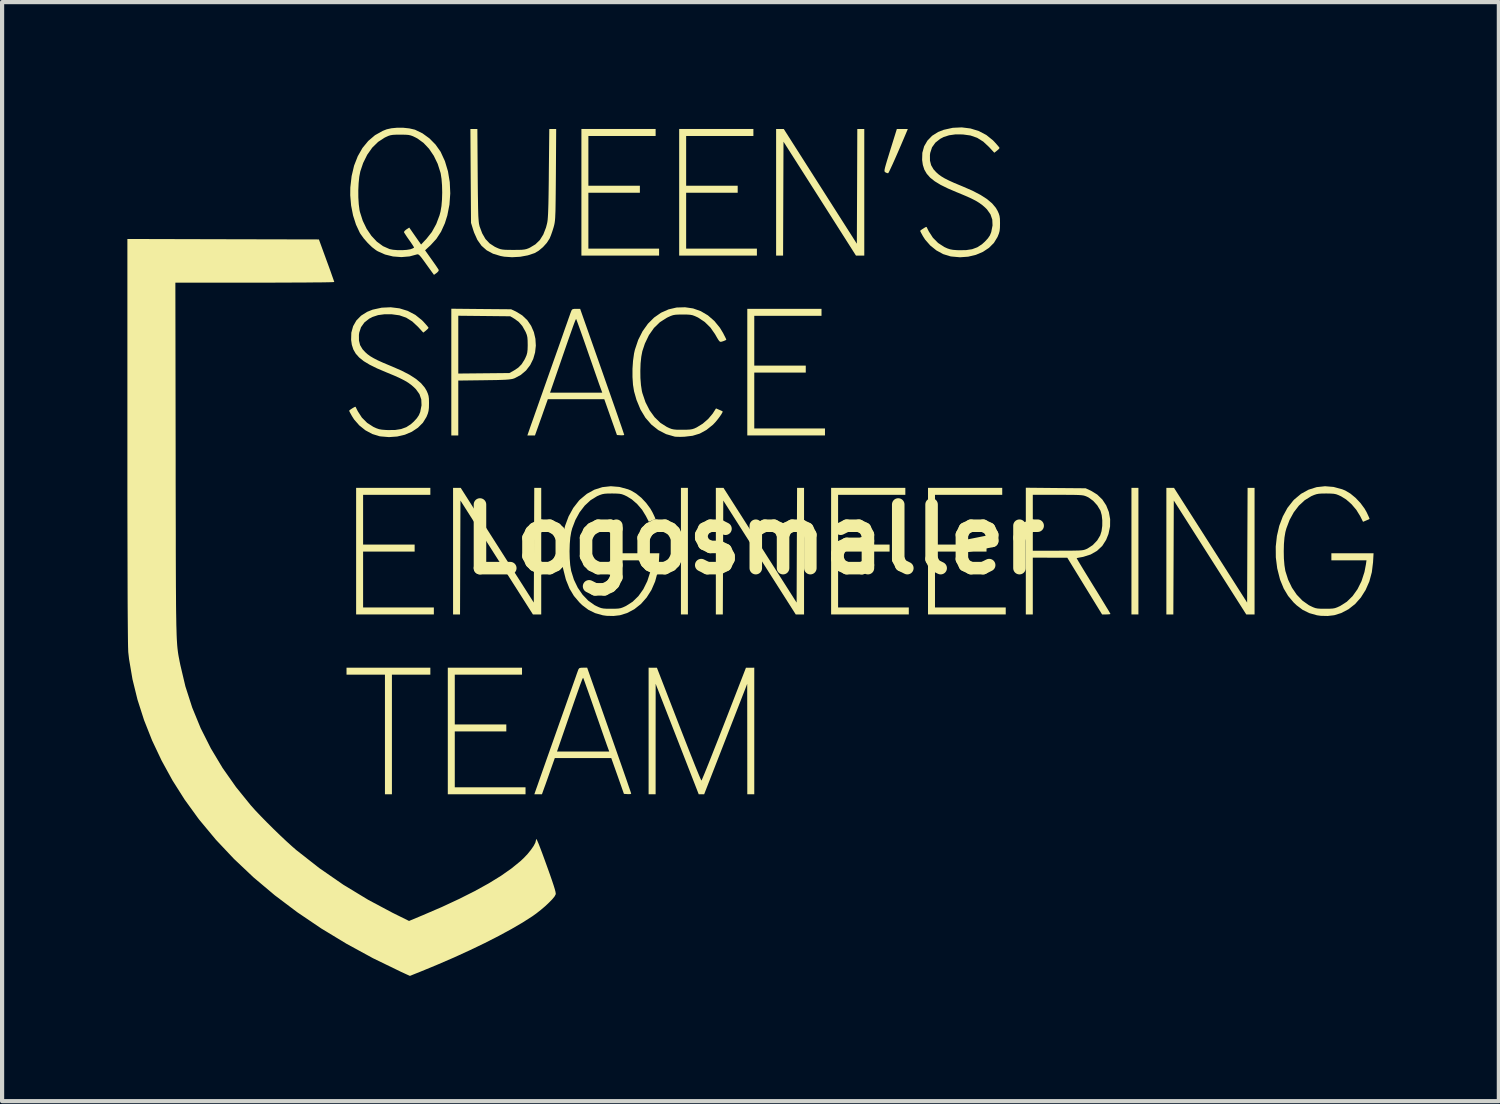
<source format=kicad_pcb>
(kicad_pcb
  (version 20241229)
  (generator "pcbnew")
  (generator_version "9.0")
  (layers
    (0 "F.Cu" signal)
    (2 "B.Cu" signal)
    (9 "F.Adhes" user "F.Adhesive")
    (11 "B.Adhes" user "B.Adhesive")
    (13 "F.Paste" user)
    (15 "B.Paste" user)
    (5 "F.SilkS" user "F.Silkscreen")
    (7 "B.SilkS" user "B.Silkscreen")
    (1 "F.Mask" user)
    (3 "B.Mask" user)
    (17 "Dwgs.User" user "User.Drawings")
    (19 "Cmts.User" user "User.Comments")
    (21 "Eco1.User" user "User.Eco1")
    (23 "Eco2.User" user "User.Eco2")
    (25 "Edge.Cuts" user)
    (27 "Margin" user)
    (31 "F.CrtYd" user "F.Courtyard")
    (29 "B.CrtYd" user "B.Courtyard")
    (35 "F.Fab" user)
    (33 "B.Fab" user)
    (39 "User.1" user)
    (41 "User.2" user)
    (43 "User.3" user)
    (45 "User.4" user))
  (footprint "Logosmaller"
    (layer "F.Cu")
    (at 15.01 9.864)
    (property "Reference" "Logosmaller" (at 0 0 0) (layer "F.SilkS") (effects (font (size 1.524 1.524) (thickness 0.3))))
    (attr board_only exclude_from_pos_files exclude_from_bom)
    (fp_poly (pts (xy -1.589 1.798) (xy -1.756 1.798) (xy -1.756 -1.233) (xy -1.589 -1.233)) (stroke (width 0) (type solid)) (fill yes) (layer "F.SilkS"))
    (fp_poly (pts (xy 9.198 1.798) (xy 9.031 1.798) (xy 9.031 -1.233) (xy 9.198 -1.233)) (stroke (width 0) (type solid)) (fill yes) (layer "F.SilkS"))
    (fp_poly (pts (xy -7.756 3.24) (xy -8.676 3.24) (xy -8.676 6.104) (xy -8.843 6.104) (xy -8.843 3.24) (xy -9.763 3.24) (xy -9.763 3.073) (xy -7.756 3.073)) (stroke (width 0) (type solid)) (fill yes) (layer "F.SilkS"))
    (fp_poly (pts (xy -7.756 -1.066) (xy -9.366 -1.066) (xy -9.366 0.125) (xy -8.132 0.125) (xy -8.132 0.293) (xy -9.366 0.293) (xy -9.366 1.631) (xy -7.672 1.631) (xy -7.672 1.798) (xy -9.533 1.798) (xy -9.533 -1.233) (xy -7.756 -1.233)) (stroke (width 0) (type solid)) (fill yes) (layer "F.SilkS"))
    (fp_poly (pts (xy -5.561 3.24) (xy -7.171 3.24) (xy -7.171 4.432) (xy -5.937 4.432) (xy -5.937 4.599) (xy -7.171 4.599) (xy -7.171 5.937) (xy -5.477 5.937) (xy -5.477 6.104) (xy -7.338 6.104) (xy -7.338 3.073) (xy -5.561 3.073)) (stroke (width 0) (type solid)) (fill yes) (layer "F.SilkS"))
    (fp_poly (pts (xy -2.362 -9.658) (xy -3.972 -9.658) (xy -3.972 -8.467) (xy -2.739 -8.467) (xy -2.739 -8.299) (xy -3.972 -8.299) (xy -3.972 -6.961) (xy -2.279 -6.961) (xy -2.279 -6.794) (xy -4.139 -6.794) (xy -4.139 -9.826) (xy -2.362 -9.826)) (stroke (width 0) (type solid)) (fill yes) (layer "F.SilkS"))
    (fp_poly (pts (xy -0.021 -9.658) (xy -1.631 -9.658) (xy -1.631 -8.467) (xy -0.397 -8.467) (xy -0.397 -8.299) (xy -1.631 -8.299) (xy -1.631 -6.961) (xy 0.063 -6.961) (xy 0.063 -6.794) (xy -1.798 -6.794) (xy -1.798 -9.826) (xy -0.021 -9.826)) (stroke (width 0) (type solid)) (fill yes) (layer "F.SilkS"))
    (fp_poly (pts (xy 1.61 -5.352) (xy 0 -5.352) (xy 0 -4.16) (xy 1.233 -4.16) (xy 1.233 -3.993) (xy 0 -3.993) (xy 0 -2.655) (xy 1.693 -2.655) (xy 1.693 -2.488) (xy -0.167 -2.488) (xy -0.167 -5.519) (xy 1.61 -5.519)) (stroke (width 0) (type solid)) (fill yes) (layer "F.SilkS"))
    (fp_poly (pts (xy 3.617 -1.066) (xy 2.007 -1.066) (xy 2.007 0.125) (xy 3.24 0.125) (xy 3.24 0.293) (xy 2.007 0.293) (xy 2.007 1.631) (xy 3.7 1.631) (xy 3.7 1.798) (xy 1.84 1.798) (xy 1.84 -1.233) (xy 3.617 -1.233)) (stroke (width 0) (type solid)) (fill yes) (layer "F.SilkS"))
    (fp_poly (pts (xy 5.937 -1.066) (xy 4.327 -1.066) (xy 4.327 0.125) (xy 5.561 0.125) (xy 5.561 0.293) (xy 4.327 0.293) (xy 4.327 1.631) (xy 6.021 1.631) (xy 6.021 1.798) (xy 4.16 1.798) (xy 4.16 -1.233) (xy 5.937 -1.233)) (stroke (width 0) (type solid)) (fill yes) (layer "F.SilkS"))
    (fp_poly (pts (xy -6.154 0.14) (xy -5.279 1.514) (xy -5.273 0.14) (xy -5.268 -1.233) (xy -5.101 -1.233) (xy -5.101 1.798) (xy -5.3 1.798) (xy -7.035 -0.929) (xy -7.04 0.434) (xy -7.045 1.798) (xy -7.212 1.798) (xy -7.212 -1.233) (xy -7.029 -1.233)) (stroke (width 0) (type solid)) (fill yes) (layer "F.SilkS"))
    (fp_poly (pts (xy 0.139 0.14) (xy 1.014 1.514) (xy 1.019 0.14) (xy 1.025 -1.233) (xy 1.192 -1.233) (xy 1.192 1.798) (xy 0.993 1.798) (xy 0.125 0.434) (xy -0.742 -0.929) (xy -0.753 1.798) (xy -0.92 1.798) (xy -0.92 -1.233) (xy -0.737 -1.233)) (stroke (width 0) (type solid)) (fill yes) (layer "F.SilkS"))
    (fp_poly (pts (xy 10.926 0.14) (xy 11.801 1.514) (xy 11.806 0.14) (xy 11.812 -1.233) (xy 11.979 -1.233) (xy 11.979 1.798) (xy 11.78 1.798) (xy 10.045 -0.929) (xy 10.04 0.434) (xy 10.034 1.798) (xy 9.867 1.798) (xy 9.867 -1.233) (xy 10.05 -1.233)) (stroke (width 0) (type solid)) (fill yes) (layer "F.SilkS"))
    (fp_poly (pts (xy 1.581 -8.452) (xy 2.456 -7.078) (xy 2.462 -8.452) (xy 2.467 -9.826) (xy 2.634 -9.826) (xy 2.634 -6.794) (xy 2.435 -6.794) (xy 1.568 -8.158) (xy 0.7 -9.521) (xy 0.695 -8.158) (xy 0.69 -6.794) (xy 0.523 -6.794) (xy 0.523 -9.826) (xy 0.706 -9.826)) (stroke (width 0) (type solid)) (fill yes) (layer "F.SilkS"))
    (fp_poly (pts (xy 3.613 -9.674) (xy 3.523 -9.463) (xy 3.442 -9.275) (xy 3.371 -9.113) (xy 3.311 -8.979) (xy 3.263 -8.876) (xy 3.229 -8.805) (xy 3.209 -8.77) (xy 3.205 -8.766) (xy 3.176 -8.771) (xy 3.143 -8.786) (xy 3.13 -8.795) (xy 3.121 -8.806) (xy 3.118 -8.826) (xy 3.121 -8.857) (xy 3.132 -8.906) (xy 3.152 -8.978) (xy 3.181 -9.076) (xy 3.221 -9.205) (xy 3.256 -9.319) (xy 3.414 -9.826) (xy 3.677 -9.826)) (stroke (width 0) (type solid)) (fill yes) (layer "F.SilkS"))
    (fp_poly (pts (xy 0 6.104) (xy -0.167 6.104) (xy -0.168 4.782) (xy -0.169 3.46) (xy -0.684 4.782) (xy -1.2 6.104) (xy -1.33 6.104) (xy -1.845 4.782) (xy -2.361 3.46) (xy -2.362 4.782) (xy -2.362 6.104) (xy -2.53 6.104) (xy -2.53 3.073) (xy -2.43 3.074) (xy -2.331 3.074) (xy -1.807 4.427) (xy -1.719 4.653) (xy -1.635 4.867) (xy -1.557 5.066) (xy -1.485 5.246) (xy -1.422 5.406) (xy -1.367 5.541) (xy -1.323 5.648) (xy -1.29 5.725) (xy -1.27 5.768) (xy -1.265 5.776) (xy -1.255 5.757) (xy -1.231 5.701) (xy -1.194 5.613) (xy -1.146 5.495) (xy -1.088 5.351) (xy -1.022 5.184) (xy -0.948 4.996) (xy -0.867 4.792) (xy -0.782 4.573) (xy -0.723 4.423) (xy -0.199 3.074) (xy -0.099 3.074) (xy 0 3.073)) (stroke (width 0) (type solid)) (fill yes) (layer "F.SilkS"))
    (fp_poly (pts (xy -6.538 -5.515) (xy -5.822 -5.509) (xy -5.703 -5.453) (xy -5.555 -5.362) (xy -5.434 -5.247) (xy -5.342 -5.111) (xy -5.277 -4.961) (xy -5.24 -4.802) (xy -5.23 -4.638) (xy -5.248 -4.475) (xy -5.293 -4.318) (xy -5.365 -4.173) (xy -5.464 -4.044) (xy -5.59 -3.937) (xy -5.742 -3.856) (xy -5.749 -3.854) (xy -5.782 -3.843) (xy -5.824 -3.835) (xy -5.88 -3.828) (xy -5.954 -3.822) (xy -6.051 -3.818) (xy -6.177 -3.814) (xy -6.336 -3.812) (xy -6.465 -3.81) (xy -7.087 -3.802) (xy -7.087 -2.488) (xy -7.254 -2.488) (xy -7.254 -5.354) (xy -7.087 -5.354) (xy -7.087 -3.97) (xy -6.475 -3.976) (xy -5.864 -3.982) (xy -5.752 -4.044) (xy -5.65 -4.112) (xy -5.571 -4.192) (xy -5.504 -4.298) (xy -5.479 -4.348) (xy -5.452 -4.411) (xy -5.436 -4.471) (xy -5.428 -4.54) (xy -5.425 -4.634) (xy -5.425 -4.662) (xy -5.427 -4.764) (xy -5.433 -4.838) (xy -5.447 -4.898) (xy -5.471 -4.959) (xy -5.479 -4.975) (xy -5.554 -5.108) (xy -5.641 -5.208) (xy -5.746 -5.284) (xy -5.843 -5.341) (xy -7.087 -5.354) (xy -7.254 -5.354) (xy -7.254 -5.522)) (stroke (width 0) (type solid)) (fill yes) (layer "F.SilkS"))
    (fp_poly (pts (xy -6.622 -8.723) (xy -6.62 -8.476) (xy -6.618 -8.266) (xy -6.615 -8.092) (xy -6.613 -7.948) (xy -6.61 -7.831) (xy -6.607 -7.738) (xy -6.602 -7.664) (xy -6.597 -7.607) (xy -6.592 -7.562) (xy -6.584 -7.525) (xy -6.577 -7.495) (xy -6.514 -7.326) (xy -6.436 -7.191) (xy -6.337 -7.086) (xy -6.214 -7.006) (xy -6.183 -6.991) (xy -6.127 -6.966) (xy -6.079 -6.949) (xy -6.028 -6.939) (xy -5.965 -6.933) (xy -5.879 -6.931) (xy -5.77 -6.93) (xy -5.653 -6.931) (xy -5.568 -6.933) (xy -5.506 -6.94) (xy -5.457 -6.95) (xy -5.41 -6.967) (xy -5.371 -6.985) (xy -5.24 -7.064) (xy -5.134 -7.167) (xy -5.051 -7.3) (xy -4.987 -7.465) (xy -4.962 -7.561) (xy -4.954 -7.601) (xy -4.947 -7.653) (xy -4.942 -7.718) (xy -4.937 -7.802) (xy -4.933 -7.907) (xy -4.929 -8.037) (xy -4.926 -8.196) (xy -4.923 -8.387) (xy -4.92 -8.615) (xy -4.919 -8.765) (xy -4.908 -9.826) (xy -4.743 -9.826) (xy -4.75 -8.733) (xy -4.752 -8.491) (xy -4.754 -8.286) (xy -4.756 -8.116) (xy -4.758 -7.975) (xy -4.76 -7.861) (xy -4.764 -7.77) (xy -4.767 -7.696) (xy -4.772 -7.638) (xy -4.778 -7.59) (xy -4.785 -7.55) (xy -4.794 -7.512) (xy -4.804 -7.474) (xy -4.834 -7.378) (xy -4.868 -7.281) (xy -4.9 -7.204) (xy -4.903 -7.199) (xy -4.968 -7.098) (xy -5.059 -6.997) (xy -5.162 -6.911) (xy -5.259 -6.854) (xy -5.421 -6.8) (xy -5.606 -6.766) (xy -5.799 -6.755) (xy -5.987 -6.768) (xy -6.073 -6.784) (xy -6.255 -6.839) (xy -6.406 -6.92) (xy -6.53 -7.029) (xy -6.63 -7.17) (xy -6.708 -7.344) (xy -6.729 -7.406) (xy -6.782 -7.578) (xy -6.79 -8.702) (xy -6.797 -9.826) (xy -6.63 -9.826)) (stroke (width 0) (type solid)) (fill yes) (layer "F.SilkS"))
    (fp_poly (pts (xy 7.218 -1.229) (xy 7.934 -1.223) (xy 8.064 -1.163) (xy 8.212 -1.072) (xy 8.334 -0.954) (xy 8.427 -0.813) (xy 8.49 -0.655) (xy 8.521 -0.484) (xy 8.519 -0.307) (xy 8.481 -0.128) (xy 8.425 0.012) (xy 8.332 0.158) (xy 8.207 0.275) (xy 8.056 0.362) (xy 7.88 0.418) (xy 7.851 0.424) (xy 7.784 0.436) (xy 7.736 0.446) (xy 7.719 0.45) (xy 7.728 0.468) (xy 7.757 0.518) (xy 7.803 0.595) (xy 7.864 0.696) (xy 7.938 0.817) (xy 8.022 0.954) (xy 8.113 1.102) (xy 8.121 1.115) (xy 8.214 1.265) (xy 8.299 1.404) (xy 8.374 1.527) (xy 8.437 1.631) (xy 8.486 1.711) (xy 8.517 1.765) (xy 8.529 1.787) (xy 8.529 1.787) (xy 8.511 1.793) (xy 8.463 1.797) (xy 8.428 1.798) (xy 8.328 1.798) (xy 7.911 1.119) (xy 7.495 0.44) (xy 6.669 0.439) (xy 6.669 1.798) (xy 6.502 1.798) (xy 6.502 -1.066) (xy 6.669 -1.066) (xy 6.669 0.272) (xy 7.27 0.272) (xy 7.444 0.271) (xy 7.582 0.271) (xy 7.689 0.269) (xy 7.77 0.267) (xy 7.831 0.263) (xy 7.876 0.257) (xy 7.911 0.248) (xy 7.941 0.237) (xy 7.973 0.223) (xy 7.975 0.222) (xy 8.103 0.139) (xy 8.211 0.026) (xy 8.283 -0.094) (xy 8.315 -0.197) (xy 8.332 -0.322) (xy 8.333 -0.455) (xy 8.319 -0.581) (xy 8.29 -0.685) (xy 8.286 -0.692) (xy 8.212 -0.815) (xy 8.115 -0.922) (xy 8.005 -1.002) (xy 7.975 -1.017) (xy 7.944 -1.031) (xy 7.913 -1.042) (xy 7.878 -1.051) (xy 7.833 -1.057) (xy 7.772 -1.061) (xy 7.692 -1.064) (xy 7.586 -1.065) (xy 7.448 -1.066) (xy 7.275 -1.066) (xy 7.27 -1.066) (xy 6.669 -1.066) (xy 6.502 -1.066) (xy 6.502 -1.236)) (stroke (width 0) (type solid)) (fill yes) (layer "F.SilkS"))
    (fp_poly (pts (xy -3.641 -4.019) (xy -3.557 -3.779) (xy -3.477 -3.551) (xy -3.402 -3.337) (xy -3.333 -3.14) (xy -3.272 -2.965) (xy -3.22 -2.813) (xy -3.176 -2.687) (xy -3.144 -2.592) (xy -3.123 -2.529) (xy -3.114 -2.503) (xy -3.114 -2.502) (xy -3.133 -2.493) (xy -3.18 -2.491) (xy -3.202 -2.492) (xy -3.288 -2.498) (xy -3.44 -2.927) (xy -3.591 -3.355) (xy -4.943 -3.355) (xy -5.043 -3.073) (xy -5.084 -2.955) (xy -5.127 -2.836) (xy -5.165 -2.729) (xy -5.194 -2.647) (xy -5.197 -2.639) (xy -5.251 -2.488) (xy -5.433 -2.488) (xy -5.384 -2.629) (xy -5.369 -2.673) (xy -5.341 -2.753) (xy -5.301 -2.865) (xy -5.252 -3.005) (xy -5.194 -3.169) (xy -5.129 -3.354) (xy -5.073 -3.512) (xy -4.89 -3.512) (xy -3.64 -3.512) (xy -3.699 -3.674) (xy -3.72 -3.732) (xy -3.752 -3.824) (xy -3.794 -3.944) (xy -3.843 -4.085) (xy -3.898 -4.243) (xy -3.957 -4.411) (xy -4.004 -4.547) (xy -4.061 -4.711) (xy -4.114 -4.862) (xy -4.162 -4.997) (xy -4.202 -5.109) (xy -4.234 -5.196) (xy -4.255 -5.252) (xy -4.263 -5.273) (xy -4.267 -5.273) (xy -4.273 -5.266) (xy -4.282 -5.248) (xy -4.295 -5.216) (xy -4.313 -5.169) (xy -4.338 -5.102) (xy -4.369 -5.014) (xy -4.409 -4.901) (xy -4.458 -4.762) (xy -4.517 -4.592) (xy -4.587 -4.39) (xy -4.669 -4.152) (xy -4.715 -4.019) (xy -4.89 -3.512) (xy -5.073 -3.512) (xy -5.058 -3.555) (xy -4.982 -3.77) (xy -4.903 -3.994) (xy -4.881 -4.056) (xy -4.802 -4.28) (xy -4.726 -4.494) (xy -4.655 -4.695) (xy -4.59 -4.88) (xy -4.533 -5.044) (xy -4.483 -5.184) (xy -4.444 -5.296) (xy -4.415 -5.377) (xy -4.399 -5.423) (xy -4.396 -5.43) (xy -4.375 -5.484) (xy -4.352 -5.51) (xy -4.312 -5.518) (xy -4.267 -5.519) (xy -4.169 -5.519)) (stroke (width 0) (type solid)) (fill yes) (layer "F.SilkS"))
    (fp_poly (pts (xy -3.474 4.573) (xy -3.39 4.813) (xy -3.31 5.041) (xy -3.235 5.255) (xy -3.166 5.452) (xy -3.105 5.627) (xy -3.052 5.779) (xy -3.009 5.905) (xy -2.976 6) (xy -2.955 6.063) (xy -2.947 6.089) (xy -2.947 6.09) (xy -2.966 6.099) (xy -3.013 6.101) (xy -3.034 6.1) (xy -3.121 6.094) (xy -3.272 5.665) (xy -3.424 5.237) (xy -4.776 5.237) (xy -4.876 5.519) (xy -4.917 5.637) (xy -4.959 5.756) (xy -4.997 5.863) (xy -5.027 5.945) (xy -5.03 5.953) (xy -5.084 6.104) (xy -5.266 6.104) (xy -5.217 5.963) (xy -5.201 5.919) (xy -5.173 5.839) (xy -5.134 5.727) (xy -5.085 5.588) (xy -5.027 5.423) (xy -4.962 5.238) (xy -4.906 5.08) (xy -4.723 5.08) (xy -3.473 5.08) (xy -3.532 4.918) (xy -3.552 4.86) (xy -3.585 4.768) (xy -3.627 4.648) (xy -3.676 4.507) (xy -3.731 4.349) (xy -3.79 4.181) (xy -3.837 4.045) (xy -3.894 3.881) (xy -3.947 3.73) (xy -3.995 3.595) (xy -4.035 3.483) (xy -4.066 3.396) (xy -4.087 3.34) (xy -4.096 3.319) (xy -4.1 3.319) (xy -4.106 3.326) (xy -4.115 3.344) (xy -4.128 3.376) (xy -4.146 3.424) (xy -4.171 3.49) (xy -4.202 3.578) (xy -4.242 3.691) (xy -4.291 3.83) (xy -4.35 4) (xy -4.42 4.202) (xy -4.502 4.44) (xy -4.548 4.573) (xy -4.723 5.08) (xy -4.906 5.08) (xy -4.891 5.037) (xy -4.815 4.822) (xy -4.736 4.598) (xy -4.714 4.536) (xy -4.635 4.312) (xy -4.559 4.098) (xy -4.488 3.897) (xy -4.423 3.712) (xy -4.365 3.548) (xy -4.316 3.409) (xy -4.276 3.296) (xy -4.248 3.215) (xy -4.231 3.169) (xy -4.229 3.162) (xy -4.208 3.108) (xy -4.185 3.082) (xy -4.145 3.074) (xy -4.1 3.073) (xy -4.001 3.073)) (stroke (width 0) (type solid)) (fill yes) (layer "F.SilkS"))
    (fp_poly (pts (xy -3.229 -1.255) (xy -3.024 -1.199) (xy -2.951 -1.169) (xy -2.828 -1.096) (xy -2.703 -0.994) (xy -2.587 -0.87) (xy -2.488 -0.736) (xy -2.439 -0.65) (xy -2.404 -0.578) (xy -2.379 -0.523) (xy -2.368 -0.492) (xy -2.368 -0.489) (xy -2.39 -0.477) (xy -2.436 -0.457) (xy -2.45 -0.451) (xy -2.524 -0.42) (xy -2.595 -0.559) (xy -2.686 -0.708) (xy -2.802 -0.843) (xy -2.931 -0.956) (xy -3.049 -1.029) (xy -3.114 -1.06) (xy -3.169 -1.08) (xy -3.224 -1.091) (xy -3.294 -1.096) (xy -3.392 -1.098) (xy -3.407 -1.098) (xy -3.509 -1.097) (xy -3.583 -1.092) (xy -3.641 -1.081) (xy -3.697 -1.062) (xy -3.764 -1.033) (xy -3.769 -1.03) (xy -3.921 -0.936) (xy -4.06 -0.807) (xy -4.182 -0.648) (xy -4.283 -0.464) (xy -4.36 -0.262) (xy -4.383 -0.174) (xy -4.405 -0.044) (xy -4.418 0.114) (xy -4.423 0.285) (xy -4.419 0.458) (xy -4.407 0.617) (xy -4.385 0.75) (xy -4.383 0.759) (xy -4.318 0.967) (xy -4.226 1.158) (xy -4.11 1.327) (xy -3.976 1.467) (xy -3.826 1.574) (xy -3.787 1.594) (xy -3.721 1.625) (xy -3.667 1.645) (xy -3.611 1.656) (xy -3.541 1.661) (xy -3.444 1.662) (xy -3.428 1.662) (xy -3.327 1.661) (xy -3.254 1.657) (xy -3.197 1.647) (xy -3.143 1.628) (xy -3.08 1.599) (xy -3.07 1.594) (xy -2.913 1.494) (xy -2.774 1.359) (xy -2.656 1.193) (xy -2.561 1) (xy -2.491 0.783) (xy -2.455 0.601) (xy -2.441 0.502) (xy -3.282 0.502) (xy -3.282 0.334) (xy -2.273 0.334) (xy -2.284 0.549) (xy -2.314 0.786) (xy -2.374 1.009) (xy -2.462 1.212) (xy -2.577 1.393) (xy -2.714 1.548) (xy -2.872 1.673) (xy -3.047 1.765) (xy -3.215 1.817) (xy -3.372 1.835) (xy -3.536 1.831) (xy -3.627 1.818) (xy -3.812 1.766) (xy -3.972 1.687) (xy -4.119 1.576) (xy -4.185 1.512) (xy -4.319 1.354) (xy -4.424 1.178) (xy -4.506 0.976) (xy -4.514 0.951) (xy -4.579 0.694) (xy -4.612 0.433) (xy -4.614 0.173) (xy -4.587 -0.081) (xy -4.53 -0.323) (xy -4.446 -0.548) (xy -4.334 -0.752) (xy -4.197 -0.928) (xy -4.171 -0.954) (xy -4.008 -1.09) (xy -3.828 -1.189) (xy -3.636 -1.25) (xy -3.435 -1.272)) (stroke (width 0) (type solid)) (fill yes) (layer "F.SilkS"))
    (fp_poly (pts (xy 13.871 -1.255) (xy 14.077 -1.199) (xy 14.15 -1.169) (xy 14.273 -1.096) (xy 14.397 -0.994) (xy 14.514 -0.87) (xy 14.613 -0.736) (xy 14.662 -0.65) (xy 14.696 -0.578) (xy 14.721 -0.523) (xy 14.732 -0.492) (xy 14.732 -0.489) (xy 14.711 -0.477) (xy 14.665 -0.457) (xy 14.651 -0.451) (xy 14.576 -0.42) (xy 14.506 -0.559) (xy 14.414 -0.708) (xy 14.299 -0.843) (xy 14.17 -0.956) (xy 14.052 -1.029) (xy 13.986 -1.06) (xy 13.932 -1.08) (xy 13.876 -1.091) (xy 13.806 -1.096) (xy 13.709 -1.098) (xy 13.693 -1.098) (xy 13.591 -1.097) (xy 13.517 -1.092) (xy 13.459 -1.081) (xy 13.403 -1.062) (xy 13.336 -1.033) (xy 13.331 -1.03) (xy 13.179 -0.936) (xy 13.04 -0.807) (xy 12.918 -0.648) (xy 12.817 -0.464) (xy 12.741 -0.262) (xy 12.717 -0.174) (xy 12.695 -0.044) (xy 12.682 0.114) (xy 12.678 0.285) (xy 12.681 0.458) (xy 12.694 0.617) (xy 12.715 0.75) (xy 12.717 0.759) (xy 12.783 0.967) (xy 12.875 1.158) (xy 12.99 1.327) (xy 13.125 1.467) (xy 13.275 1.574) (xy 13.314 1.594) (xy 13.379 1.625) (xy 13.433 1.645) (xy 13.489 1.656) (xy 13.559 1.661) (xy 13.656 1.662) (xy 13.672 1.662) (xy 13.774 1.661) (xy 13.847 1.657) (xy 13.904 1.647) (xy 13.957 1.628) (xy 14.021 1.599) (xy 14.031 1.594) (xy 14.188 1.494) (xy 14.326 1.359) (xy 14.444 1.193) (xy 14.54 1) (xy 14.61 0.783) (xy 14.645 0.601) (xy 14.659 0.502) (xy 13.818 0.502) (xy 13.818 0.334) (xy 14.828 0.334) (xy 14.816 0.549) (xy 14.787 0.786) (xy 14.727 1.009) (xy 14.638 1.212) (xy 14.524 1.393) (xy 14.387 1.548) (xy 14.229 1.673) (xy 14.053 1.765) (xy 13.885 1.817) (xy 13.729 1.835) (xy 13.565 1.831) (xy 13.473 1.818) (xy 13.289 1.766) (xy 13.129 1.687) (xy 12.982 1.576) (xy 12.915 1.512) (xy 12.782 1.354) (xy 12.677 1.178) (xy 12.594 0.976) (xy 12.586 0.951) (xy 12.521 0.694) (xy 12.488 0.433) (xy 12.486 0.173) (xy 12.514 -0.081) (xy 12.57 -0.323) (xy 12.655 -0.548) (xy 12.766 -0.752) (xy 12.904 -0.928) (xy 12.929 -0.954) (xy 13.092 -1.09) (xy 13.272 -1.189) (xy 13.465 -1.25) (xy 13.666 -1.272)) (stroke (width 0) (type solid)) (fill yes) (layer "F.SilkS"))
    (fp_poly (pts (xy -1.465 -5.529) (xy -1.281 -5.464) (xy -1.11 -5.363) (xy -0.955 -5.228) (xy -0.822 -5.065) (xy -0.747 -4.941) (xy -0.711 -4.87) (xy -0.683 -4.815) (xy -0.67 -4.784) (xy -0.669 -4.781) (xy -0.687 -4.768) (xy -0.731 -4.749) (xy -0.746 -4.744) (xy -0.782 -4.733) (xy -0.808 -4.729) (xy -0.831 -4.74) (xy -0.856 -4.771) (xy -0.89 -4.826) (xy -0.939 -4.912) (xy -0.94 -4.914) (xy -1.05 -5.071) (xy -1.185 -5.204) (xy -1.338 -5.306) (xy -1.356 -5.316) (xy -1.422 -5.346) (xy -1.476 -5.366) (xy -1.531 -5.377) (xy -1.601 -5.382) (xy -1.698 -5.383) (xy -1.715 -5.383) (xy -1.816 -5.382) (xy -1.888 -5.378) (xy -1.945 -5.368) (xy -2 -5.349) (xy -2.066 -5.319) (xy -2.096 -5.304) (xy -2.258 -5.201) (xy -2.401 -5.062) (xy -2.522 -4.89) (xy -2.619 -4.688) (xy -2.68 -4.505) (xy -2.705 -4.374) (xy -2.722 -4.214) (xy -2.728 -4.039) (xy -2.726 -3.862) (xy -2.713 -3.695) (xy -2.691 -3.551) (xy -2.679 -3.502) (xy -2.605 -3.284) (xy -2.506 -3.09) (xy -2.386 -2.924) (xy -2.248 -2.79) (xy -2.094 -2.692) (xy -2.094 -2.692) (xy -2.03 -2.662) (xy -1.977 -2.642) (xy -1.923 -2.631) (xy -1.856 -2.625) (xy -1.763 -2.624) (xy -1.725 -2.624) (xy -1.62 -2.625) (xy -1.544 -2.629) (xy -1.487 -2.638) (xy -1.436 -2.654) (xy -1.38 -2.68) (xy -1.376 -2.682) (xy -1.235 -2.769) (xy -1.104 -2.882) (xy -0.997 -3.009) (xy -0.983 -3.031) (xy -0.916 -3.135) (xy -0.841 -3.103) (xy -0.79 -3.081) (xy -0.76 -3.066) (xy -0.757 -3.063) (xy -0.762 -3.041) (xy -0.787 -2.996) (xy -0.828 -2.936) (xy -0.878 -2.87) (xy -0.931 -2.806) (xy -0.98 -2.754) (xy -0.991 -2.743) (xy -1.146 -2.619) (xy -1.305 -2.532) (xy -1.477 -2.48) (xy -1.671 -2.457) (xy -1.672 -2.457) (xy -1.761 -2.454) (xy -1.839 -2.455) (xy -1.894 -2.458) (xy -1.902 -2.459) (xy -2.111 -2.519) (xy -2.298 -2.616) (xy -2.463 -2.747) (xy -2.606 -2.911) (xy -2.725 -3.109) (xy -2.82 -3.339) (xy -2.878 -3.543) (xy -2.904 -3.702) (xy -2.916 -3.887) (xy -2.916 -4.083) (xy -2.903 -4.276) (xy -2.878 -4.453) (xy -2.858 -4.541) (xy -2.779 -4.776) (xy -2.674 -4.984) (xy -2.546 -5.163) (xy -2.399 -5.31) (xy -2.233 -5.426) (xy -2.053 -5.506) (xy -1.86 -5.551) (xy -1.657 -5.557)) (stroke (width 0) (type solid)) (fill yes) (layer "F.SilkS"))
    (fp_poly (pts (xy -8.495 -5.531) (xy -8.297 -5.47) (xy -8.116 -5.375) (xy -7.957 -5.247) (xy -7.925 -5.215) (xy -7.869 -5.153) (xy -7.825 -5.102) (xy -7.801 -5.07) (xy -7.799 -5.064) (xy -7.815 -5.042) (xy -7.852 -5.008) (xy -7.862 -4.999) (xy -7.925 -4.95) (xy -8.051 -5.088) (xy -8.189 -5.217) (xy -8.335 -5.308) (xy -8.496 -5.364) (xy -8.679 -5.389) (xy -8.68 -5.389) (xy -8.858 -5.389) (xy -9.007 -5.369) (xy -9.138 -5.326) (xy -9.221 -5.283) (xy -9.336 -5.192) (xy -9.416 -5.079) (xy -9.459 -4.948) (xy -9.466 -4.895) (xy -9.465 -4.761) (xy -9.438 -4.651) (xy -9.38 -4.553) (xy -9.317 -4.484) (xy -9.259 -4.432) (xy -9.193 -4.384) (xy -9.113 -4.337) (xy -9.014 -4.286) (xy -8.89 -4.23) (xy -8.733 -4.164) (xy -8.68 -4.142) (xy -8.448 -4.041) (xy -8.256 -3.942) (xy -8.1 -3.841) (xy -7.979 -3.739) (xy -7.889 -3.632) (xy -7.846 -3.559) (xy -7.817 -3.493) (xy -7.799 -3.435) (xy -7.79 -3.369) (xy -7.788 -3.28) (xy -7.788 -3.251) (xy -7.79 -3.151) (xy -7.799 -3.076) (xy -7.816 -3.011) (xy -7.845 -2.94) (xy -7.848 -2.932) (xy -7.934 -2.792) (xy -8.053 -2.673) (xy -8.199 -2.576) (xy -8.366 -2.505) (xy -8.55 -2.462) (xy -8.746 -2.448) (xy -8.948 -2.465) (xy -8.979 -2.47) (xy -9.148 -2.523) (xy -9.311 -2.611) (xy -9.458 -2.729) (xy -9.582 -2.871) (xy -9.634 -2.953) (xy -9.668 -3.014) (xy -9.692 -3.06) (xy -9.7 -3.079) (xy -9.685 -3.096) (xy -9.648 -3.122) (xy -9.604 -3.15) (xy -9.566 -3.17) (xy -9.547 -3.175) (xy -9.547 -3.175) (xy -9.536 -3.153) (xy -9.513 -3.106) (xy -9.492 -3.065) (xy -9.395 -2.915) (xy -9.269 -2.789) (xy -9.122 -2.694) (xy -9.12 -2.693) (xy -9.048 -2.66) (xy -8.985 -2.638) (xy -8.916 -2.626) (xy -8.826 -2.619) (xy -8.778 -2.617) (xy -8.602 -2.618) (xy -8.456 -2.641) (xy -8.332 -2.686) (xy -8.222 -2.757) (xy -8.152 -2.82) (xy -8.079 -2.9) (xy -8.032 -2.97) (xy -8.001 -3.043) (xy -7.998 -3.052) (xy -7.967 -3.21) (xy -7.973 -3.35) (xy -8.017 -3.477) (xy -8.1 -3.593) (xy -8.145 -3.638) (xy -8.214 -3.698) (xy -8.288 -3.752) (xy -8.376 -3.804) (xy -8.482 -3.858) (xy -8.614 -3.918) (xy -8.778 -3.986) (xy -8.819 -4.003) (xy -9.033 -4.094) (xy -9.209 -4.181) (xy -9.35 -4.266) (xy -9.46 -4.354) (xy -9.542 -4.446) (xy -9.6 -4.547) (xy -9.636 -4.658) (xy -9.653 -4.777) (xy -9.648 -4.949) (xy -9.605 -5.104) (xy -9.527 -5.241) (xy -9.414 -5.356) (xy -9.27 -5.447) (xy -9.137 -5.5) (xy -8.92 -5.547) (xy -8.704 -5.557)) (stroke (width 0) (type solid)) (fill yes) (layer "F.SilkS"))
    (fp_poly (pts (xy 5.177 -9.838) (xy 5.375 -9.777) (xy 5.556 -9.682) (xy 5.715 -9.554) (xy 5.747 -9.521) (xy 5.803 -9.459) (xy 5.847 -9.408) (xy 5.871 -9.376) (xy 5.873 -9.37) (xy 5.858 -9.349) (xy 5.82 -9.314) (xy 5.81 -9.306) (xy 5.747 -9.257) (xy 5.621 -9.394) (xy 5.483 -9.523) (xy 5.337 -9.614) (xy 5.176 -9.67) (xy 4.993 -9.695) (xy 4.992 -9.695) (xy 4.814 -9.696) (xy 4.665 -9.675) (xy 4.534 -9.633) (xy 4.451 -9.589) (xy 4.337 -9.499) (xy 4.256 -9.386) (xy 4.213 -9.254) (xy 4.206 -9.202) (xy 4.207 -9.068) (xy 4.235 -8.958) (xy 4.292 -8.86) (xy 4.355 -8.791) (xy 4.413 -8.739) (xy 4.479 -8.691) (xy 4.559 -8.643) (xy 4.658 -8.593) (xy 4.783 -8.536) (xy 4.939 -8.471) (xy 4.992 -8.449) (xy 5.224 -8.348) (xy 5.416 -8.248) (xy 5.572 -8.148) (xy 5.694 -8.045) (xy 5.783 -7.939) (xy 5.826 -7.865) (xy 5.855 -7.8) (xy 5.873 -7.742) (xy 5.882 -7.675) (xy 5.884 -7.586) (xy 5.884 -7.557) (xy 5.882 -7.457) (xy 5.874 -7.382) (xy 5.856 -7.318) (xy 5.827 -7.246) (xy 5.824 -7.239) (xy 5.738 -7.098) (xy 5.619 -6.979) (xy 5.474 -6.883) (xy 5.306 -6.812) (xy 5.122 -6.768) (xy 4.926 -6.754) (xy 4.724 -6.772) (xy 4.693 -6.777) (xy 4.524 -6.829) (xy 4.361 -6.918) (xy 4.214 -7.036) (xy 4.09 -7.178) (xy 4.038 -7.259) (xy 4.004 -7.321) (xy 3.98 -7.367) (xy 3.972 -7.386) (xy 3.987 -7.402) (xy 4.024 -7.428) (xy 4.068 -7.456) (xy 4.106 -7.477) (xy 4.125 -7.481) (xy 4.125 -7.481) (xy 4.136 -7.46) (xy 4.159 -7.413) (xy 4.18 -7.372) (xy 4.277 -7.222) (xy 4.403 -7.095) (xy 4.55 -7) (xy 4.552 -6.999) (xy 4.624 -6.966) (xy 4.688 -6.945) (xy 4.757 -6.932) (xy 4.846 -6.925) (xy 4.894 -6.923) (xy 5.07 -6.925) (xy 5.216 -6.947) (xy 5.34 -6.993) (xy 5.45 -7.064) (xy 5.52 -7.127) (xy 5.593 -7.206) (xy 5.641 -7.276) (xy 5.671 -7.35) (xy 5.674 -7.359) (xy 5.705 -7.516) (xy 5.699 -7.656) (xy 5.655 -7.783) (xy 5.572 -7.9) (xy 5.527 -7.945) (xy 5.459 -8.004) (xy 5.384 -8.058) (xy 5.296 -8.111) (xy 5.19 -8.165) (xy 5.058 -8.224) (xy 4.894 -8.293) (xy 4.853 -8.309) (xy 4.64 -8.4) (xy 4.463 -8.487) (xy 4.322 -8.573) (xy 4.212 -8.66) (xy 4.13 -8.753) (xy 4.072 -8.853) (xy 4.036 -8.965) (xy 4.019 -9.084) (xy 4.024 -9.255) (xy 4.067 -9.411) (xy 4.146 -9.547) (xy 4.258 -9.663) (xy 4.402 -9.754) (xy 4.536 -9.806) (xy 4.753 -9.854) (xy 4.968 -9.864)) (stroke (width 0) (type solid)) (fill yes) (layer "F.SilkS"))
    (fp_poly (pts (xy -8.402 -9.855) (xy -8.261 -9.84) (xy -8.141 -9.813) (xy -8.123 -9.808) (xy -7.945 -9.722) (xy -7.778 -9.601) (xy -7.632 -9.453) (xy -7.513 -9.285) (xy -7.509 -9.278) (xy -7.407 -9.056) (xy -7.334 -8.812) (xy -7.291 -8.553) (xy -7.279 -8.285) (xy -7.298 -8.017) (xy -7.349 -7.756) (xy -7.408 -7.568) (xy -7.499 -7.367) (xy -7.611 -7.195) (xy -7.751 -7.042) (xy -7.758 -7.036) (xy -7.882 -6.921) (xy -7.723 -6.697) (xy -7.663 -6.612) (xy -7.611 -6.537) (xy -7.574 -6.481) (xy -7.555 -6.45) (xy -7.554 -6.448) (xy -7.563 -6.421) (xy -7.597 -6.385) (xy -7.607 -6.378) (xy -7.669 -6.333) (xy -7.72 -6.402) (xy -7.753 -6.448) (xy -7.803 -6.517) (xy -7.862 -6.599) (xy -7.901 -6.654) (xy -7.965 -6.741) (xy -8.011 -6.796) (xy -8.044 -6.822) (xy -8.067 -6.825) (xy -8.252 -6.775) (xy -8.449 -6.758) (xy -8.649 -6.773) (xy -8.841 -6.82) (xy -9.016 -6.898) (xy -9.055 -6.922) (xy -9.152 -6.996) (xy -9.255 -7.096) (xy -9.352 -7.207) (xy -9.431 -7.317) (xy -9.446 -7.342) (xy -9.536 -7.535) (xy -9.606 -7.754) (xy -9.653 -7.992) (xy -9.674 -8.236) (xy -9.673 -8.36) (xy -9.481 -8.36) (xy -9.48 -8.188) (xy -9.47 -8.025) (xy -9.452 -7.886) (xy -9.442 -7.84) (xy -9.374 -7.627) (xy -9.281 -7.435) (xy -9.167 -7.267) (xy -9.036 -7.127) (xy -8.889 -7.02) (xy -8.732 -6.95) (xy -8.651 -6.934) (xy -8.544 -6.925) (xy -8.429 -6.924) (xy -8.322 -6.931) (xy -8.237 -6.945) (xy -8.23 -6.947) (xy -8.179 -6.966) (xy -8.149 -6.982) (xy -8.146 -6.985) (xy -8.156 -7.007) (xy -8.186 -7.055) (xy -8.23 -7.12) (xy -8.262 -7.165) (xy -8.314 -7.239) (xy -8.355 -7.302) (xy -8.382 -7.344) (xy -8.387 -7.356) (xy -8.375 -7.382) (xy -8.338 -7.415) (xy -8.327 -7.422) (xy -8.261 -7.465) (xy -8.12 -7.262) (xy -7.978 -7.059) (xy -7.847 -7.198) (xy -7.72 -7.359) (xy -7.615 -7.549) (xy -7.536 -7.759) (xy -7.512 -7.85) (xy -7.49 -7.98) (xy -7.477 -8.136) (xy -7.472 -8.305) (xy -7.476 -8.473) (xy -7.488 -8.629) (xy -7.508 -8.76) (xy -7.513 -8.78) (xy -7.58 -8.991) (xy -7.673 -9.183) (xy -7.787 -9.352) (xy -7.919 -9.492) (xy -8.065 -9.598) (xy -8.108 -9.621) (xy -8.172 -9.652) (xy -8.225 -9.671) (xy -8.279 -9.683) (xy -8.346 -9.688) (xy -8.439 -9.69) (xy -8.477 -9.69) (xy -8.58 -9.689) (xy -8.654 -9.685) (xy -8.71 -9.676) (xy -8.761 -9.66) (xy -8.82 -9.633) (xy -8.849 -9.619) (xy -9.006 -9.517) (xy -9.147 -9.379) (xy -9.267 -9.209) (xy -9.365 -9.011) (xy -9.432 -8.812) (xy -9.457 -8.685) (xy -9.473 -8.531) (xy -9.481 -8.36) (xy -9.673 -8.36) (xy -9.672 -8.425) (xy -9.641 -8.698) (xy -9.582 -8.948) (xy -9.494 -9.173) (xy -9.381 -9.371) (xy -9.243 -9.539) (xy -9.081 -9.677) (xy -8.897 -9.78) (xy -8.801 -9.818) (xy -8.687 -9.843) (xy -8.549 -9.856)) (stroke (width 0) (type solid)) (fill yes) (layer "F.SilkS"))
    (fp_poly (pts (xy -12.717 -7.186) (xy -10.424 -7.181) (xy -10.241 -6.679) (xy -10.191 -6.543) (xy -10.146 -6.419) (xy -10.109 -6.313) (xy -10.08 -6.232) (xy -10.062 -6.179) (xy -10.056 -6.162) (xy -10.077 -6.16) (xy -10.136 -6.157) (xy -10.231 -6.155) (xy -10.359 -6.153) (xy -10.517 -6.152) (xy -10.703 -6.15) (xy -10.912 -6.149) (xy -11.143 -6.148) (xy -11.392 -6.147) (xy -11.657 -6.146) (xy -11.934 -6.146) (xy -11.958 -6.146) (xy -13.861 -6.146) (xy -13.854 -1.887) (xy -13.854 -1.385) (xy -13.853 -0.924) (xy -13.852 -0.5) (xy -13.851 -0.113) (xy -13.851 0.24) (xy -13.85 0.56) (xy -13.849 0.85) (xy -13.848 1.111) (xy -13.846 1.344) (xy -13.845 1.553) (xy -13.843 1.738) (xy -13.84 1.902) (xy -13.838 2.046) (xy -13.834 2.172) (xy -13.831 2.283) (xy -13.827 2.379) (xy -13.822 2.464) (xy -13.817 2.538) (xy -13.811 2.603) (xy -13.804 2.662) (xy -13.797 2.716) (xy -13.789 2.767) (xy -13.78 2.817) (xy -13.77 2.867) (xy -13.76 2.921) (xy -13.748 2.978) (xy -13.744 3) (xy -13.621 3.52) (xy -13.458 4.027) (xy -13.255 4.522) (xy -13.012 5.004) (xy -12.73 5.475) (xy -12.407 5.934) (xy -12.057 6.366) (xy -11.95 6.486) (xy -11.818 6.625) (xy -11.67 6.776) (xy -11.513 6.932) (xy -11.355 7.085) (xy -11.203 7.228) (xy -11.065 7.353) (xy -10.965 7.44) (xy -10.414 7.872) (xy -9.839 8.27) (xy -9.242 8.632) (xy -8.664 8.94) (xy -8.266 9.137) (xy -7.943 9.002) (xy -7.485 8.805) (xy -7.069 8.611) (xy -6.693 8.422) (xy -6.358 8.237) (xy -6.064 8.056) (xy -5.812 7.879) (xy -5.601 7.707) (xy -5.52 7.631) (xy -5.428 7.534) (xy -5.348 7.435) (xy -5.284 7.343) (xy -5.242 7.263) (xy -5.227 7.204) (xy -5.227 7.203) (xy -5.225 7.182) (xy -5.218 7.178) (xy -5.206 7.193) (xy -5.188 7.232) (xy -5.161 7.296) (xy -5.125 7.389) (xy -5.078 7.513) (xy -5.02 7.671) (xy -4.965 7.823) (xy -4.898 8.01) (xy -4.845 8.162) (xy -4.805 8.282) (xy -4.777 8.372) (xy -4.76 8.437) (xy -4.753 8.48) (xy -4.755 8.5) (xy -4.78 8.548) (xy -4.834 8.615) (xy -4.911 8.694) (xy -5.004 8.782) (xy -5.109 8.871) (xy -5.218 8.957) (xy -5.31 9.023) (xy -5.544 9.173) (xy -5.815 9.331) (xy -6.119 9.496) (xy -6.452 9.666) (xy -6.81 9.838) (xy -7.19 10.012) (xy -7.588 10.184) (xy -7.89 10.309) (xy -8.002 10.355) (xy -8.1 10.394) (xy -8.177 10.425) (xy -8.228 10.446) (xy -8.245 10.452) (xy -8.264 10.444) (xy -8.313 10.422) (xy -8.385 10.389) (xy -8.467 10.351) (xy -9.13 10.029) (xy -9.764 9.683) (xy -10.368 9.317) (xy -10.941 8.929) (xy -11.48 8.523) (xy -11.986 8.097) (xy -12.456 7.653) (xy -12.89 7.193) (xy -13.286 6.717) (xy -13.315 6.679) (xy -13.638 6.233) (xy -13.93 5.772) (xy -14.19 5.298) (xy -14.418 4.816) (xy -14.611 4.328) (xy -14.768 3.838) (xy -14.888 3.35) (xy -14.97 2.867) (xy -14.989 2.7) (xy -14.991 2.651) (xy -14.994 2.561) (xy -14.996 2.429) (xy -14.998 2.257) (xy -15 2.045) (xy -15.002 1.792) (xy -15.004 1.5) (xy -15.005 1.168) (xy -15.006 0.797) (xy -15.007 0.387) (xy -15.008 -0.061) (xy -15.009 -0.547) (xy -15.01 -1.071) (xy -15.01 -1.632) (xy -15.01 -2.231) (xy -15.01 -2.354) (xy -15.01 -7.192)) (stroke (width 0) (type solid)) (fill yes) (layer "F.SilkS")))
  (gr_rect
    (start -3 -3)
    (end 32.838 23.316)
    (stroke (width 0.1) (type default))
    (fill no)
    (layer "Edge.Cuts")))
</source>
